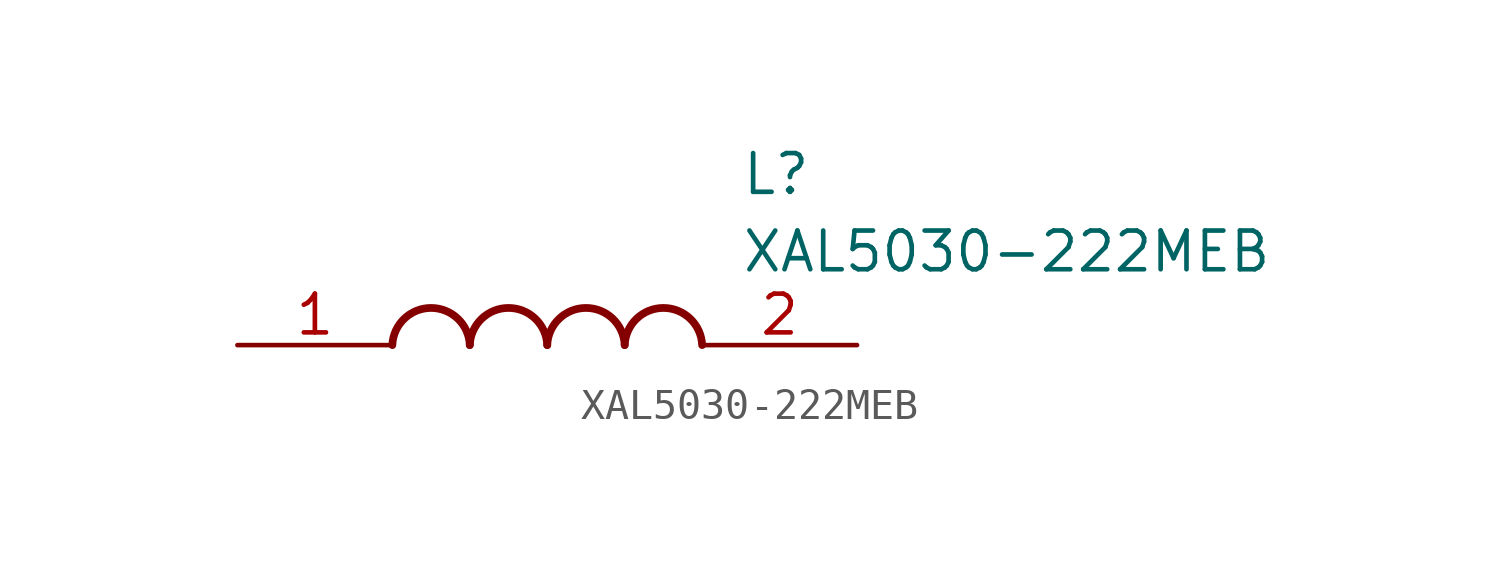
<source format=kicad_sym>
(kicad_symbol_lib
  (version 20211014)
  (generator SamacSys_ECAD_Model)
  (symbol "XAL5030-222MEB"
    (pin_names hide)
    (property "Reference" "L"
      (at 16.51 6.35 0)
      (effects (font (size 1.27 1.27)) (justify left top)))
    (property "Value" "XAL5030-222MEB"
      (at 16.51 3.81 0)
      (effects (font (size 1.27 1.27)) (justify left top)))
    (arc
      (start 7.62 0)
      (mid 6.35 1.219)
      (end 5.08 0)
      (stroke (width 0.254) (type default))
      (fill (type none)))
    (arc
      (start 10.16 0)
      (mid 8.89 1.219)
      (end 7.62 0)
      (stroke (width 0.254) (type default))
      (fill (type none)))
    (arc
      (start 12.7 0)
      (mid 11.43 1.219)
      (end 10.16 0)
      (stroke (width 0.254) (type default))
      (fill (type none)))
    (arc
      (start 15.24 0)
      (mid 13.97 1.219)
      (end 12.7 0)
      (stroke (width 0.254) (type default))
      (fill (type none)))
    (pin passive line
      (at 0 0 0)
      (length 5.08)
      (name "1" (effects (font (size 1.27 1.27))))
      (number "1" (effects (font (size 1.27 1.27)))))
    (pin passive line
      (at 20.32 0 180)
      (length 5.08)
      (name "2" (effects (font (size 1.27 1.27))))
      (number "2" (effects (font (size 1.27 1.27)))))))
</source>
